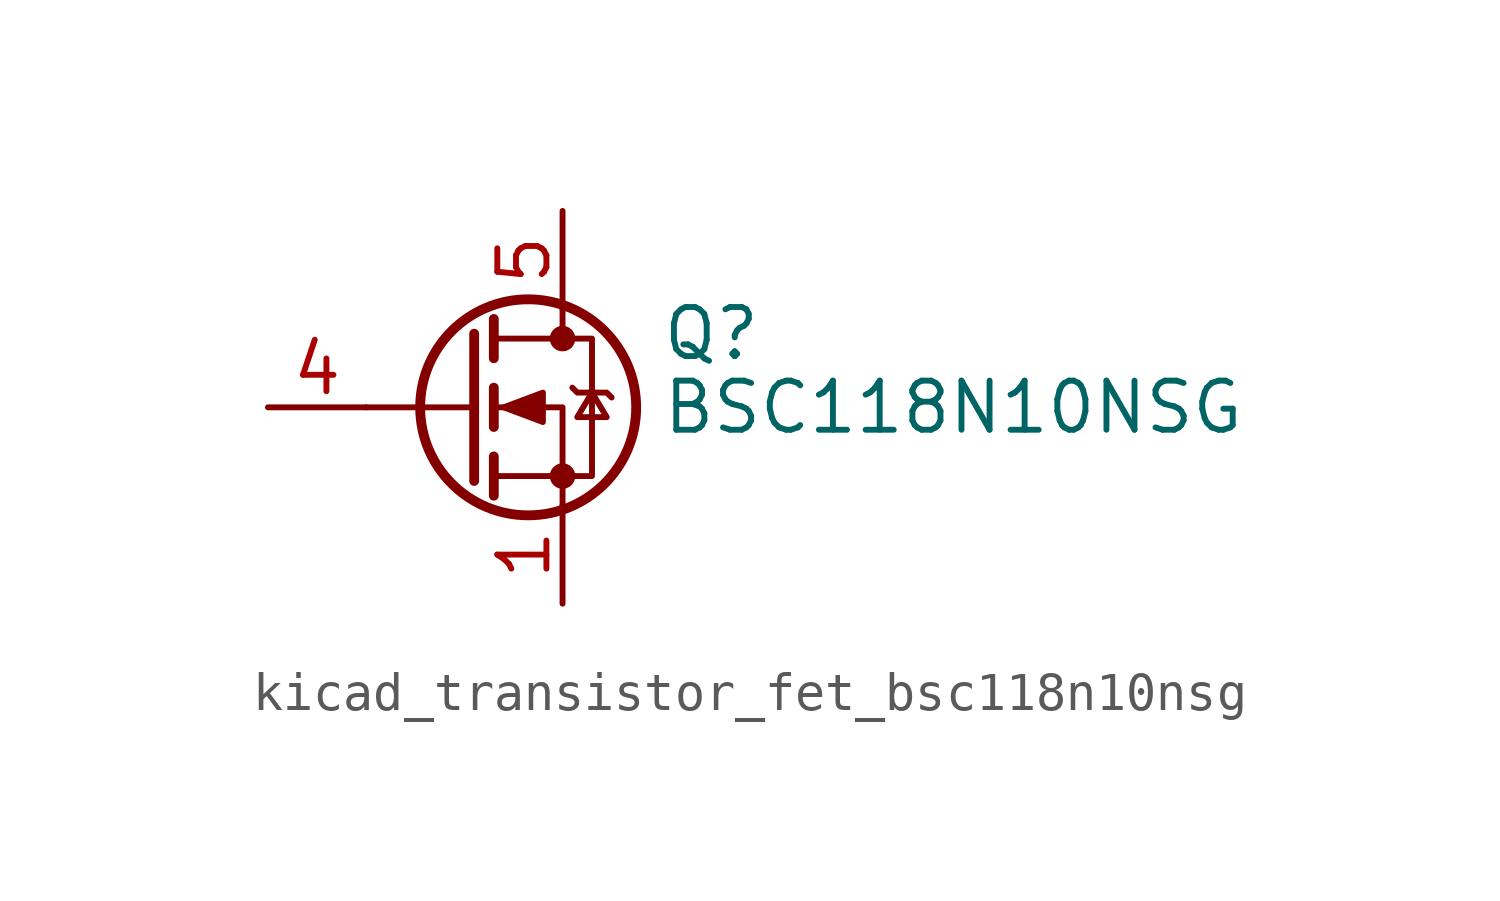
<source format=kicad_sym>
(kicad_symbol_lib
  (version 20220914)
  (generator kicad_symbol_editor)
  (symbol "kicad_transistor_fet_bsc118n10nsg"
    (pin_names hide)
    (property "Reference" "Q"
      (at 5.08 1.905 0)
      (effects (font (size 1.27 1.27)) (justify left)))
    (property "Value" "BSC118N10NSG"
      (at 5.08 0 0)
      (effects (font (size 1.27 1.27)) (justify left)))
    (symbol "kicad_transistor_fet_bsc118n10nsg_0_1"
      (polyline (pts (xy 0.254 0) (xy -2.54 0)) (stroke (width 0) (type default)) (fill (type none)))
      (polyline (pts (xy 0.254 1.905) (xy 0.254 -1.905)) (stroke (width 0.254) (type default)) (fill (type none)))
      (polyline (pts (xy 0.762 -1.27) (xy 0.762 -2.286)) (stroke (width 0.254) (type default)) (fill (type none)))
      (polyline (pts (xy 0.762 0.508) (xy 0.762 -0.508)) (stroke (width 0.254) (type default)) (fill (type none)))
      (polyline (pts (xy 0.762 2.286) (xy 0.762 1.27)) (stroke (width 0.254) (type default)) (fill (type none)))
      (polyline (pts (xy 2.54 2.54) (xy 2.54 1.778)) (stroke (width 0) (type default)) (fill (type none)))
      (polyline (pts (xy 2.54 -2.54) (xy 2.54 0) (xy 0.762 0)) (stroke (width 0) (type default)) (fill (type none)))
      (polyline (pts (xy 0.762 -1.778) (xy 3.302 -1.778) (xy 3.302 1.778) (xy 0.762 1.778)) (stroke (width 0) (type default)) (fill (type none)))
      (polyline (pts (xy 1.016 0) (xy 2.032 0.381) (xy 2.032 -0.381) (xy 1.016 0)) (stroke (width 0) (type default)) (fill (type outline)))
      (polyline (pts (xy 2.794 0.508) (xy 2.921 0.381) (xy 3.683 0.381) (xy 3.81 0.254)) (stroke (width 0) (type default)) (fill (type none)))
      (polyline (pts (xy 3.302 0.381) (xy 2.921 -0.254) (xy 3.683 -0.254) (xy 3.302 0.381)) (stroke (width 0) (type default)) (fill (type none)))
      (circle (center 1.651 0) (radius 2.794) (stroke (width 0.254) (type default)) (fill (type none)))
      (circle (center 2.54 -1.778) (radius 0.254) (stroke (width 0) (type default)) (fill (type outline)))
      (circle (center 2.54 1.778) (radius 0.254) (stroke (width 0) (type default)) (fill (type outline))))
    (symbol "kicad_transistor_fet_bsc118n10nsg_1_1"
      (pin passive line (at 2.54 -5.08 90) (length 2.54) (name "S" (effects (font (size 1.27 1.27)))) (number "1" (effects (font (size 1.27 1.27)))))
      (pin passive line (at 2.54 -5.08 90) (length 2.54) hide (name "S" (effects (font (size 1.27 1.27)))) (number "2" (effects (font (size 1.27 1.27)))))
      (pin passive line (at 2.54 -5.08 90) (length 2.54) hide (name "S" (effects (font (size 1.27 1.27)))) (number "3" (effects (font (size 1.27 1.27)))))
      (pin passive line (at -5.08 0 0) (length 2.54) (name "G" (effects (font (size 1.27 1.27)))) (number "4" (effects (font (size 1.27 1.27)))))
      (pin passive line (at 2.54 5.08 270) (length 2.54) (name "D" (effects (font (size 1.27 1.27)))) (number "5" (effects (font (size 1.27 1.27))))))))
</source>
